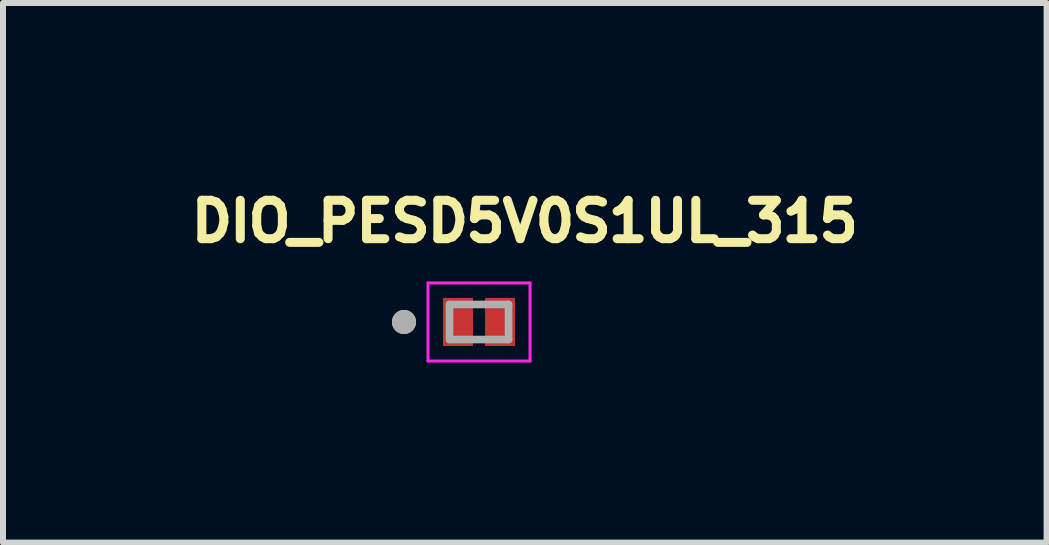
<source format=kicad_pcb>
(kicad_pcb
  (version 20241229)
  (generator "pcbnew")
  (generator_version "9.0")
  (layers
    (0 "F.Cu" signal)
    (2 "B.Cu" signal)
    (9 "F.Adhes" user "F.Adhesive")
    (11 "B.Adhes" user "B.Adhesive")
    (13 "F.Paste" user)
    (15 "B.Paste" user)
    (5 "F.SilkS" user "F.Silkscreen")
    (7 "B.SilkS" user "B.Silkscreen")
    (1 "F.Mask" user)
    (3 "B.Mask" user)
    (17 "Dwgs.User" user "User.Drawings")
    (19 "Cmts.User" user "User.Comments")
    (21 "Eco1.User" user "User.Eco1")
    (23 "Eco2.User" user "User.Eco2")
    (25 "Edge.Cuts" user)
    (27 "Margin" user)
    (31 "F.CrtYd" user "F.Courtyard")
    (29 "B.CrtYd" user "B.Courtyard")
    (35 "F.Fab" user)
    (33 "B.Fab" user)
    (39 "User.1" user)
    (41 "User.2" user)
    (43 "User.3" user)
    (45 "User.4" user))
  (footprint "DIO_PESD5V0S1UL_315"
    (layer "F.Cu")
    (at 4.93 2.314)
    (property "Reference" "DIO_PESD5V0S1UL_315" (at 0.762 -1.676 0) (layer "F.SilkS") (effects (font (size 0.64 0.64) (thickness 0.15))))
    (attr smd)
    (fp_poly (pts (xy -0.15 -0.3) (xy -0.15 0.3) (xy -0.15 0.303) (xy -0.15 0.305) (xy -0.151 0.308) (xy -0.151 0.31) (xy -0.152 0.313) (xy -0.152 0.315) (xy -0.153 0.318) (xy -0.154 0.32) (xy -0.155 0.323) (xy -0.157 0.325) (xy -0.158 0.327) (xy -0.16 0.329) (xy -0.161 0.331) (xy -0.163 0.333) (xy -0.165 0.335) (xy -0.167 0.337) (xy -0.169 0.339) (xy -0.171 0.34) (xy -0.173 0.342) (xy -0.175 0.343) (xy -0.177 0.345) (xy -0.18 0.346) (xy -0.182 0.347) (xy -0.185 0.348) (xy -0.187 0.348) (xy -0.19 0.349) (xy -0.192 0.349) (xy -0.195 0.35) (xy -0.197 0.35) (xy -0.2 0.35) (xy -0.5 0.35) (xy -0.503 0.35) (xy -0.505 0.35) (xy -0.508 0.349) (xy -0.51 0.349) (xy -0.513 0.348) (xy -0.515 0.348) (xy -0.518 0.347) (xy -0.52 0.346) (xy -0.523 0.345) (xy -0.525 0.343) (xy -0.527 0.342) (xy -0.529 0.34) (xy -0.531 0.339) (xy -0.533 0.337) (xy -0.535 0.335) (xy -0.537 0.333) (xy -0.539 0.331) (xy -0.54 0.329) (xy -0.542 0.327) (xy -0.543 0.325) (xy -0.545 0.323) (xy -0.546 0.32) (xy -0.547 0.318) (xy -0.548 0.315) (xy -0.548 0.313) (xy -0.549 0.31) (xy -0.549 0.308) (xy -0.55 0.305) (xy -0.55 0.303) (xy -0.55 0.3) (xy -0.55 -0.3) (xy -0.55 -0.303) (xy -0.55 -0.305) (xy -0.549 -0.308) (xy -0.549 -0.31) (xy -0.548 -0.313) (xy -0.548 -0.315) (xy -0.547 -0.318) (xy -0.546 -0.32) (xy -0.545 -0.323) (xy -0.543 -0.325) (xy -0.542 -0.327) (xy -0.54 -0.329) (xy -0.539 -0.331) (xy -0.537 -0.333) (xy -0.535 -0.335) (xy -0.533 -0.337) (xy -0.531 -0.339) (xy -0.529 -0.34) (xy -0.527 -0.342) (xy -0.525 -0.343) (xy -0.523 -0.345) (xy -0.52 -0.346) (xy -0.518 -0.347) (xy -0.515 -0.348) (xy -0.513 -0.348) (xy -0.51 -0.349) (xy -0.508 -0.349) (xy -0.505 -0.35) (xy -0.503 -0.35) (xy -0.5 -0.35) (xy -0.2 -0.35) (xy -0.197 -0.35) (xy -0.195 -0.35) (xy -0.192 -0.349) (xy -0.19 -0.349) (xy -0.187 -0.348) (xy -0.185 -0.348) (xy -0.182 -0.347) (xy -0.18 -0.346) (xy -0.177 -0.345) (xy -0.175 -0.343) (xy -0.173 -0.342) (xy -0.171 -0.34) (xy -0.169 -0.339) (xy -0.167 -0.337) (xy -0.165 -0.335) (xy -0.163 -0.333) (xy -0.161 -0.331) (xy -0.16 -0.329) (xy -0.158 -0.327) (xy -0.157 -0.325) (xy -0.155 -0.323) (xy -0.154 -0.32) (xy -0.153 -0.318) (xy -0.152 -0.315) (xy -0.152 -0.313) (xy -0.151 -0.31) (xy -0.151 -0.308) (xy -0.15 -0.305) (xy -0.15 -0.303) (xy -0.15 -0.3)) (stroke (width 0.01) (type solid)) (fill yes) (layer "F.Mask"))
    (fp_poly (pts (xy 0.55 -0.3) (xy 0.55 0.3) (xy 0.55 0.303) (xy 0.55 0.305) (xy 0.549 0.308) (xy 0.549 0.31) (xy 0.548 0.313) (xy 0.548 0.315) (xy 0.547 0.318) (xy 0.546 0.32) (xy 0.545 0.323) (xy 0.543 0.325) (xy 0.542 0.327) (xy 0.54 0.329) (xy 0.539 0.331) (xy 0.537 0.333) (xy 0.535 0.335) (xy 0.533 0.337) (xy 0.531 0.339) (xy 0.529 0.34) (xy 0.527 0.342) (xy 0.525 0.343) (xy 0.523 0.345) (xy 0.52 0.346) (xy 0.518 0.347) (xy 0.515 0.348) (xy 0.513 0.348) (xy 0.51 0.349) (xy 0.508 0.349) (xy 0.505 0.35) (xy 0.503 0.35) (xy 0.5 0.35) (xy 0.2 0.35) (xy 0.197 0.35) (xy 0.195 0.35) (xy 0.192 0.349) (xy 0.19 0.349) (xy 0.187 0.348) (xy 0.185 0.348) (xy 0.182 0.347) (xy 0.18 0.346) (xy 0.177 0.345) (xy 0.175 0.343) (xy 0.173 0.342) (xy 0.171 0.34) (xy 0.169 0.339) (xy 0.167 0.337) (xy 0.165 0.335) (xy 0.163 0.333) (xy 0.161 0.331) (xy 0.16 0.329) (xy 0.158 0.327) (xy 0.157 0.325) (xy 0.155 0.323) (xy 0.154 0.32) (xy 0.153 0.318) (xy 0.152 0.315) (xy 0.152 0.313) (xy 0.151 0.31) (xy 0.151 0.308) (xy 0.15 0.305) (xy 0.15 0.303) (xy 0.15 0.3) (xy 0.15 -0.3) (xy 0.15 -0.303) (xy 0.15 -0.305) (xy 0.151 -0.308) (xy 0.151 -0.31) (xy 0.152 -0.313) (xy 0.152 -0.315) (xy 0.153 -0.318) (xy 0.154 -0.32) (xy 0.155 -0.323) (xy 0.157 -0.325) (xy 0.158 -0.327) (xy 0.16 -0.329) (xy 0.161 -0.331) (xy 0.163 -0.333) (xy 0.165 -0.335) (xy 0.167 -0.337) (xy 0.169 -0.339) (xy 0.171 -0.34) (xy 0.173 -0.342) (xy 0.175 -0.343) (xy 0.177 -0.345) (xy 0.18 -0.346) (xy 0.182 -0.347) (xy 0.185 -0.348) (xy 0.187 -0.348) (xy 0.19 -0.349) (xy 0.192 -0.349) (xy 0.195 -0.35) (xy 0.197 -0.35) (xy 0.2 -0.35) (xy 0.5 -0.35) (xy 0.503 -0.35) (xy 0.505 -0.35) (xy 0.508 -0.349) (xy 0.51 -0.349) (xy 0.513 -0.348) (xy 0.515 -0.348) (xy 0.518 -0.347) (xy 0.52 -0.346) (xy 0.523 -0.345) (xy 0.525 -0.343) (xy 0.527 -0.342) (xy 0.529 -0.34) (xy 0.531 -0.339) (xy 0.533 -0.337) (xy 0.535 -0.335) (xy 0.537 -0.333) (xy 0.539 -0.331) (xy 0.54 -0.329) (xy 0.542 -0.327) (xy 0.543 -0.325) (xy 0.545 -0.323) (xy 0.546 -0.32) (xy 0.547 -0.318) (xy 0.548 -0.315) (xy 0.548 -0.313) (xy 0.549 -0.31) (xy 0.549 -0.308) (xy 0.55 -0.305) (xy 0.55 -0.303) (xy 0.55 -0.3)) (stroke (width 0.01) (type solid)) (fill yes) (layer "F.Mask"))
    (fp_circle (center -1.25 0) (end -1.15 0) (stroke (width 0.2) (type solid)) (fill no) (layer "F.SilkS"))
    (fp_poly (pts (xy -0.5 -0.3) (xy -0.2 -0.3) (xy -0.2 0.3) (xy -0.5 0.3)) (stroke (width 0.01) (type solid)) (fill yes) (layer "F.Paste"))
    (fp_poly (pts (xy 0.2 -0.3) (xy 0.5 -0.3) (xy 0.5 0.3) (xy 0.2 0.3)) (stroke (width 0.01) (type solid)) (fill yes) (layer "F.Paste"))
    (fp_line (start -0.85 -0.65) (end 0.85 -0.65) (stroke (width 0.05) (type solid)) (layer "F.CrtYd"))
    (fp_line (start -0.85 0.65) (end -0.85 -0.65) (stroke (width 0.05) (type solid)) (layer "F.CrtYd"))
    (fp_line (start 0.85 -0.65) (end 0.85 0.65) (stroke (width 0.05) (type solid)) (layer "F.CrtYd"))
    (fp_line (start 0.85 0.65) (end -0.85 0.65) (stroke (width 0.05) (type solid)) (layer "F.CrtYd"))
    (fp_line (start -0.492 -0.292) (end 0.492 -0.292) (stroke (width 0.127) (type solid)) (layer "F.Fab"))
    (fp_line (start -0.492 0.292) (end -0.492 -0.292) (stroke (width 0.127) (type solid)) (layer "F.Fab"))
    (fp_line (start 0.492 -0.292) (end 0.492 0.292) (stroke (width 0.127) (type solid)) (layer "F.Fab"))
    (fp_line (start 0.492 0.292) (end -0.492 0.292) (stroke (width 0.127) (type solid)) (layer "F.Fab"))
    (fp_circle (center -1.25 0) (end -1.15 0) (stroke (width 0.2) (type solid)) (fill no) (layer "F.Fab"))
    (pad "1" smd rect (at -0.35 0) (size 0.5 0.8) (layers "F.Cu"))
    (pad "2" smd rect (at 0.35 0) (size 0.5 0.8) (layers "F.Cu")))
  (gr_rect
    (start -3 -3)
    (end 14.385 5.989)
    (stroke (width 0.1) (type default))
    (fill no)
    (layer "Edge.Cuts")))
</source>
